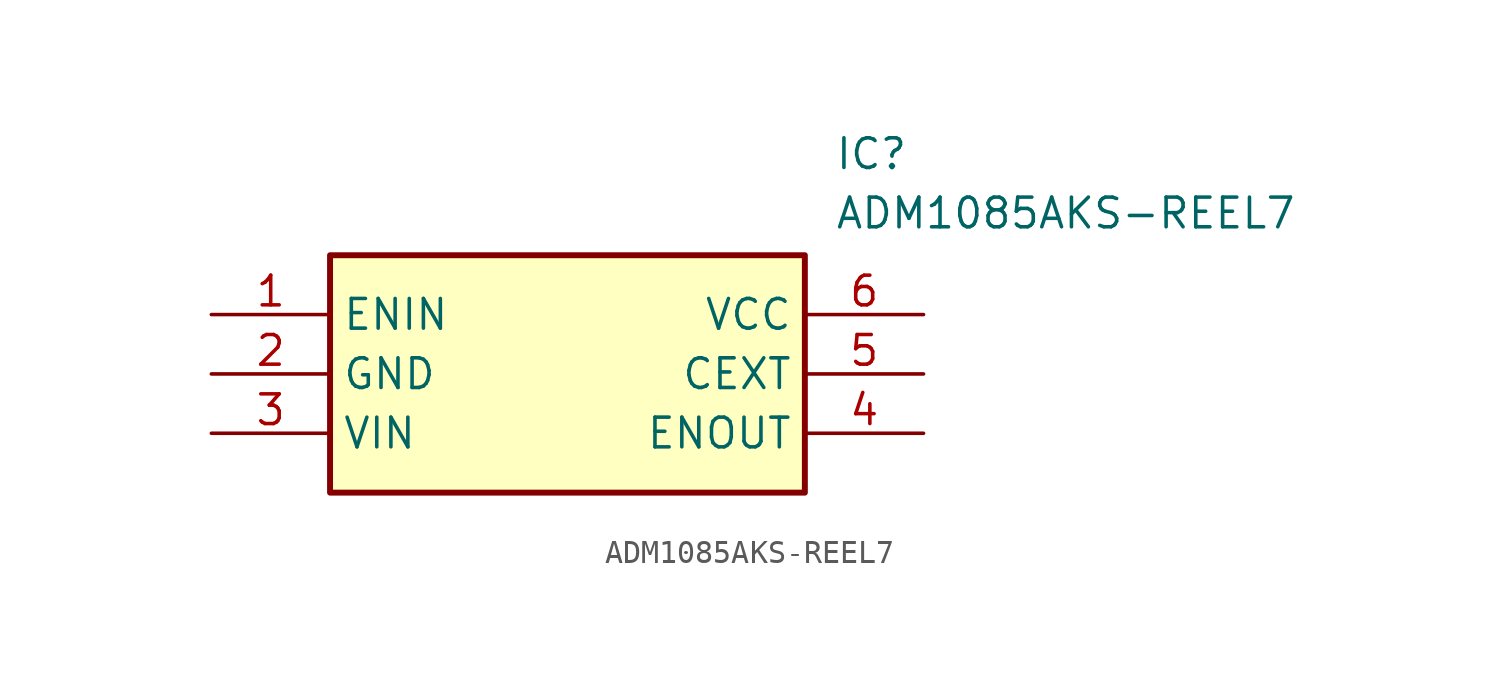
<source format=kicad_sym>
(kicad_symbol_lib
  (version 20211014)
  (generator SamacSys_ECAD_Model)
  (symbol "ADM1085AKS-REEL7"
    (property "Reference" "IC"
      (at 26.67 7.62 0)
      (effects (font (size 1.27 1.27)) (justify left top)))
    (property "Value" "ADM1085AKS-REEL7"
      (at 26.67 5.08 0)
      (effects (font (size 1.27 1.27)) (justify left top)))
    (rectangle
      (start 5.08 2.54)
      (end 25.4 -7.62)
      (stroke (width 0.254) (type default))
      (fill (type background)))
    (pin passive line
      (at 0 0 0)
      (length 5.08)
      (name "ENIN" (effects (font (size 1.27 1.27))))
      (number "1" (effects (font (size 1.27 1.27)))))
    (pin passive line
      (at 0 -2.54 0)
      (length 5.08)
      (name "GND" (effects (font (size 1.27 1.27))))
      (number "2" (effects (font (size 1.27 1.27)))))
    (pin passive line
      (at 0 -5.08 0)
      (length 5.08)
      (name "VIN" (effects (font (size 1.27 1.27))))
      (number "3" (effects (font (size 1.27 1.27)))))
    (pin passive line
      (at 30.48 0 180)
      (length 5.08)
      (name "VCC" (effects (font (size 1.27 1.27))))
      (number "6" (effects (font (size 1.27 1.27)))))
    (pin passive line
      (at 30.48 -2.54 180)
      (length 5.08)
      (name "CEXT" (effects (font (size 1.27 1.27))))
      (number "5" (effects (font (size 1.27 1.27)))))
    (pin passive line
      (at 30.48 -5.08 180)
      (length 5.08)
      (name "ENOUT" (effects (font (size 1.27 1.27))))
      (number "4" (effects (font (size 1.27 1.27)))))))
</source>
